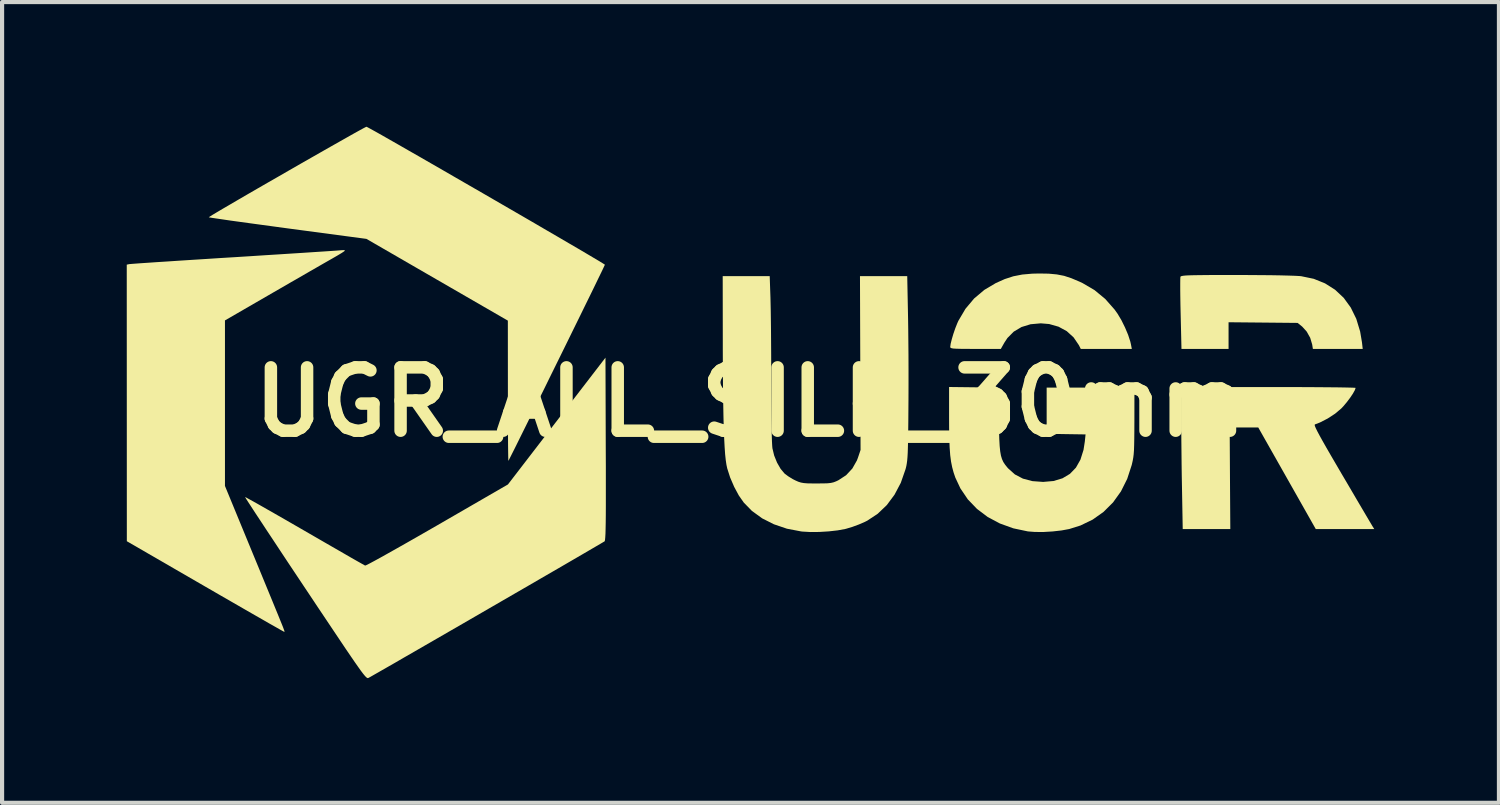
<source format=kicad_pcb>
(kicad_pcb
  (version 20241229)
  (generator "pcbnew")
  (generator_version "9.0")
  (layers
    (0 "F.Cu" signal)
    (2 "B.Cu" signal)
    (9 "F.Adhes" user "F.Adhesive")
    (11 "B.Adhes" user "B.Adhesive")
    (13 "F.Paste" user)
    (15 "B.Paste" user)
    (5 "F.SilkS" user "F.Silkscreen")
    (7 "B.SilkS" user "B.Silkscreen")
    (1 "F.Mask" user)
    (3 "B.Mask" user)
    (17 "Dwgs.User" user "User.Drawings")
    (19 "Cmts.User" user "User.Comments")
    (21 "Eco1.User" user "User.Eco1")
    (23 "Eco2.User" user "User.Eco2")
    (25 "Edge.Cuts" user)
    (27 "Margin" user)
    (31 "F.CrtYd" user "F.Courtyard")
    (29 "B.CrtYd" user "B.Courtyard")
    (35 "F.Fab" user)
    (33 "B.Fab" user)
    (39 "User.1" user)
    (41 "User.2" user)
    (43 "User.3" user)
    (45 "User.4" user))
  (footprint "UGR_ALL_SILK_30mm"
    (layer "F.Cu")
    (at 15.007 6.624)
    (property "Reference" "UGR_ALL_SILK_30mm" (at 0 0 0) (layer "F.SilkS") (effects (font (size 1.524 1.524) (thickness 0.3))))
    (attr board_only exclude_from_pos_files exclude_from_bom)
    (fp_poly (pts (xy 11.984 -3.056) (xy 12.26 -3.054) (xy 12.516 -3.052) (xy 12.745 -3.048) (xy 12.94 -3.043) (xy 13.097 -3.038) (xy 13.208 -3.032) (xy 13.252 -3.028) (xy 13.555 -2.965) (xy 13.827 -2.855) (xy 14.068 -2.702) (xy 14.275 -2.508) (xy 14.445 -2.274) (xy 14.578 -2.003) (xy 14.671 -1.697) (xy 14.715 -1.438) (xy 14.733 -1.278) (xy 13.534 -1.278) (xy 13.517 -1.385) (xy 13.469 -1.546) (xy 13.384 -1.697) (xy 13.275 -1.817) (xy 13.273 -1.818) (xy 13.167 -1.904) (xy 12.336 -1.912) (xy 11.505 -1.92) (xy 11.505 -1.278) (xy 10.372 -1.278) (xy 10.352 -2.125) (xy 10.347 -2.338) (xy 10.344 -2.534) (xy 10.342 -2.706) (xy 10.342 -2.847) (xy 10.343 -2.949) (xy 10.346 -3.006) (xy 10.347 -3.014) (xy 10.356 -3.024) (xy 10.378 -3.032) (xy 10.417 -3.039) (xy 10.477 -3.045) (xy 10.563 -3.049) (xy 10.681 -3.052) (xy 10.833 -3.054) (xy 11.026 -3.056) (xy 11.263 -3.057) (xy 11.549 -3.057) (xy 11.692 -3.057)) (stroke (width 0) (type solid)) (fill yes) (layer "F.SilkS"))
    (fp_poly (pts (xy 7.178 -3.089) (xy 7.372 -3.071) (xy 7.547 -3.037) (xy 7.721 -2.98) (xy 7.913 -2.899) (xy 7.992 -2.862) (xy 8.279 -2.694) (xy 8.538 -2.48) (xy 8.762 -2.226) (xy 8.834 -2.125) (xy 8.926 -1.971) (xy 9.013 -1.795) (xy 9.088 -1.617) (xy 9.141 -1.454) (xy 9.157 -1.383) (xy 9.177 -1.278) (xy 7.949 -1.278) (xy 7.903 -1.369) (xy 7.776 -1.556) (xy 7.611 -1.706) (xy 7.414 -1.813) (xy 7.189 -1.877) (xy 6.987 -1.894) (xy 6.741 -1.872) (xy 6.523 -1.805) (xy 6.336 -1.694) (xy 6.184 -1.541) (xy 6.111 -1.43) (xy 6.025 -1.278) (xy 5.416 -1.278) (xy 5.217 -1.279) (xy 5.067 -1.28) (xy 4.958 -1.283) (xy 4.885 -1.287) (xy 4.84 -1.295) (xy 4.817 -1.305) (xy 4.808 -1.319) (xy 4.808 -1.328) (xy 4.818 -1.402) (xy 4.845 -1.511) (xy 4.883 -1.64) (xy 4.929 -1.774) (xy 4.977 -1.895) (xy 5.004 -1.955) (xy 5.174 -2.243) (xy 5.382 -2.491) (xy 5.629 -2.699) (xy 5.905 -2.863) (xy 6.12 -2.959) (xy 6.326 -3.026) (xy 6.541 -3.068) (xy 6.781 -3.089) (xy 6.947 -3.093)) (stroke (width 0) (type solid)) (fill yes) (layer "F.SilkS"))
    (fp_poly (pts (xy 12.8 -0.361) (xy 13.119 -0.36) (xy 13.418 -0.359) (xy 13.691 -0.357) (xy 13.935 -0.355) (xy 14.145 -0.353) (xy 14.317 -0.35) (xy 14.446 -0.347) (xy 14.529 -0.344) (xy 14.561 -0.341) (xy 14.562 -0.34) (xy 14.544 -0.287) (xy 14.498 -0.204) (xy 14.431 -0.104) (xy 14.352 0.001) (xy 14.269 0.1) (xy 14.217 0.155) (xy 14.07 0.279) (xy 13.891 0.396) (xy 13.704 0.492) (xy 13.584 0.538) (xy 13.577 0.549) (xy 13.582 0.577) (xy 13.602 0.625) (xy 13.637 0.697) (xy 13.69 0.797) (xy 13.762 0.927) (xy 13.856 1.093) (xy 13.974 1.297) (xy 14.117 1.542) (xy 14.218 1.715) (xy 14.356 1.949) (xy 14.487 2.172) (xy 14.607 2.377) (xy 14.715 2.56) (xy 14.807 2.716) (xy 14.879 2.838) (xy 14.93 2.924) (xy 14.955 2.966) (xy 14.955 2.967) (xy 15.011 3.057) (xy 14.307 3.057) (xy 13.603 3.056) (xy 12.219 0.611) (xy 11.532 0.611) (xy 11.539 1.834) (xy 11.547 3.057) (xy 10.975 3.057) (xy 10.402 3.057) (xy 10.384 2.052) (xy 10.379 1.78) (xy 10.375 1.491) (xy 10.372 1.196) (xy 10.369 0.912) (xy 10.367 0.65) (xy 10.366 0.424) (xy 10.366 0.343) (xy 10.366 -0.361) (xy 12.464 -0.361)) (stroke (width 0) (type solid)) (fill yes) (layer "F.SilkS"))
    (fp_poly (pts (xy 5.37 -0.355) (xy 5.961 -0.347) (xy 5.976 0.431) (xy 5.982 0.685) (xy 5.988 0.891) (xy 5.997 1.056) (xy 6.01 1.186) (xy 6.028 1.289) (xy 6.053 1.372) (xy 6.085 1.442) (xy 6.127 1.506) (xy 6.179 1.571) (xy 6.203 1.598) (xy 6.364 1.742) (xy 6.557 1.843) (xy 6.784 1.903) (xy 7.043 1.922) (xy 7.294 1.9) (xy 7.509 1.835) (xy 7.688 1.728) (xy 7.832 1.579) (xy 7.941 1.386) (xy 8.015 1.151) (xy 8.046 0.952) (xy 8.064 0.779) (xy 7.596 0.772) (xy 7.128 0.764) (xy 7.128 -0.347) (xy 9.24 -0.347) (xy 9.239 0.459) (xy 9.238 0.697) (xy 9.236 0.887) (xy 9.233 1.038) (xy 9.229 1.158) (xy 9.222 1.255) (xy 9.212 1.336) (xy 9.199 1.41) (xy 9.182 1.485) (xy 9.175 1.515) (xy 9.066 1.849) (xy 8.915 2.151) (xy 8.725 2.416) (xy 8.497 2.643) (xy 8.235 2.829) (xy 7.941 2.971) (xy 7.67 3.056) (xy 7.484 3.09) (xy 7.27 3.114) (xy 7.05 3.127) (xy 6.843 3.126) (xy 6.677 3.113) (xy 6.326 3.039) (xy 6.002 2.922) (xy 5.709 2.766) (xy 5.451 2.571) (xy 5.231 2.342) (xy 5.053 2.079) (xy 4.93 1.817) (xy 4.888 1.693) (xy 4.854 1.567) (xy 4.827 1.431) (xy 4.807 1.277) (xy 4.794 1.097) (xy 4.785 0.884) (xy 4.781 0.629) (xy 4.78 0.399) (xy 4.78 -0.362)) (stroke (width 0) (type solid)) (fill yes) (layer "F.SilkS"))
    (fp_poly (pts (xy -9.755 -3.647) (xy -9.755 -3.646) (xy -9.778 -3.625) (xy -9.84 -3.584) (xy -9.933 -3.528) (xy -10.046 -3.463) (xy -10.054 -3.458) (xy -10.14 -3.409) (xy -10.268 -3.336) (xy -10.431 -3.242) (xy -10.623 -3.132) (xy -10.837 -3.008) (xy -11.067 -2.876) (xy -11.307 -2.737) (xy -11.498 -2.627) (xy -12.644 -1.964) (xy -12.644 2.019) (xy -11.975 3.643) (xy -11.828 3.999) (xy -11.701 4.308) (xy -11.592 4.573) (xy -11.5 4.796) (xy -11.424 4.982) (xy -11.362 5.133) (xy -11.313 5.254) (xy -11.275 5.347) (xy -11.247 5.417) (xy -11.229 5.467) (xy -11.217 5.499) (xy -11.212 5.518) (xy -11.211 5.527) (xy -11.214 5.529) (xy -11.218 5.529) (xy -11.221 5.528) (xy -11.247 5.514) (xy -11.318 5.475) (xy -11.43 5.411) (xy -11.579 5.327) (xy -11.761 5.222) (xy -11.973 5.101) (xy -12.211 4.964) (xy -12.471 4.814) (xy -12.749 4.654) (xy -13.043 4.484) (xy -13.123 4.438) (xy -15.005 3.349) (xy -15.007 -3.306) (xy -14.944 -3.319) (xy -14.908 -3.322) (xy -14.82 -3.329) (xy -14.684 -3.339) (xy -14.506 -3.351) (xy -14.288 -3.366) (xy -14.035 -3.382) (xy -13.751 -3.401) (xy -13.44 -3.421) (xy -13.107 -3.442) (xy -12.754 -3.465) (xy -12.408 -3.486) (xy -12.041 -3.509) (xy -11.688 -3.532) (xy -11.353 -3.553) (xy -11.041 -3.573) (xy -10.757 -3.591) (xy -10.503 -3.608) (xy -10.284 -3.622) (xy -10.105 -3.634) (xy -9.969 -3.643) (xy -9.881 -3.65) (xy -9.845 -3.653) (xy -9.784 -3.656)) (stroke (width 0) (type solid)) (fill yes) (layer "F.SilkS"))
    (fp_poly (pts (xy -9.209 -6.61) (xy -9.136 -6.57) (xy -9.022 -6.507) (xy -8.871 -6.422) (xy -8.687 -6.317) (xy -8.473 -6.195) (xy -8.233 -6.057) (xy -7.97 -5.907) (xy -7.689 -5.745) (xy -7.392 -5.574) (xy -7.084 -5.396) (xy -6.767 -5.213) (xy -6.446 -5.028) (xy -6.125 -4.842) (xy -5.806 -4.657) (xy -5.493 -4.476) (xy -5.19 -4.3) (xy -4.901 -4.131) (xy -4.629 -3.973) (xy -4.378 -3.826) (xy -4.151 -3.694) (xy -3.953 -3.577) (xy -3.786 -3.478) (xy -3.654 -3.4) (xy -3.561 -3.343) (xy -3.51 -3.311) (xy -3.502 -3.305) (xy -3.514 -3.278) (xy -3.548 -3.205) (xy -3.603 -3.091) (xy -3.677 -2.939) (xy -3.766 -2.755) (xy -3.87 -2.542) (xy -3.987 -2.304) (xy -4.113 -2.046) (xy -4.248 -1.772) (xy -4.388 -1.486) (xy -4.532 -1.193) (xy -4.679 -0.895) (xy -4.825 -0.599) (xy -4.968 -0.307) (xy -5.108 -0.025) (xy -5.241 0.244) (xy -5.365 0.496) (xy -5.479 0.726) (xy -5.58 0.93) (xy -5.666 1.104) (xy -5.736 1.243) (xy -5.787 1.344) (xy -5.816 1.402) (xy -5.824 1.414) (xy -5.826 1.39) (xy -5.828 1.314) (xy -5.83 1.192) (xy -5.832 1.029) (xy -5.833 0.829) (xy -5.834 0.597) (xy -5.835 0.338) (xy -5.836 0.056) (xy -5.836 -0.243) (xy -5.836 -0.266) (xy -5.837 -1.959) (xy -7.538 -2.942) (xy -9.24 -3.926) (xy -11.137 -4.179) (xy -11.454 -4.222) (xy -11.755 -4.263) (xy -12.035 -4.301) (xy -12.29 -4.336) (xy -12.514 -4.367) (xy -12.704 -4.395) (xy -12.855 -4.417) (xy -12.962 -4.433) (xy -13.022 -4.443) (xy -13.033 -4.446) (xy -13.009 -4.463) (xy -12.942 -4.505) (xy -12.835 -4.569) (xy -12.693 -4.653) (xy -12.521 -4.753) (xy -12.323 -4.869) (xy -12.103 -4.997) (xy -11.866 -5.134) (xy -11.616 -5.278) (xy -11.358 -5.426) (xy -11.096 -5.577) (xy -10.835 -5.727) (xy -10.579 -5.873) (xy -10.332 -6.014) (xy -10.1 -6.146) (xy -9.886 -6.267) (xy -9.695 -6.375) (xy -9.532 -6.467) (xy -9.4 -6.54) (xy -9.305 -6.592) (xy -9.25 -6.62) (xy -9.239 -6.624)) (stroke (width 0) (type solid)) (fill yes) (layer "F.SilkS"))
    (fp_poly (pts (xy -3.481 1.126) (xy -3.479 1.543) (xy -3.479 1.908) (xy -3.479 2.224) (xy -3.479 2.493) (xy -3.48 2.719) (xy -3.482 2.905) (xy -3.485 3.054) (xy -3.488 3.169) (xy -3.493 3.253) (xy -3.498 3.31) (xy -3.504 3.341) (xy -3.508 3.351) (xy -3.535 3.367) (xy -3.606 3.409) (xy -3.719 3.475) (xy -3.868 3.562) (xy -4.051 3.669) (xy -4.264 3.793) (xy -4.503 3.932) (xy -4.765 4.084) (xy -5.045 4.246) (xy -5.341 4.418) (xy -5.649 4.596) (xy -5.965 4.779) (xy -6.285 4.964) (xy -6.606 5.15) (xy -6.924 5.334) (xy -7.236 5.514) (xy -7.537 5.688) (xy -7.825 5.854) (xy -8.095 6.01) (xy -8.344 6.153) (xy -8.568 6.283) (xy -8.764 6.395) (xy -8.928 6.489) (xy -9.056 6.562) (xy -9.145 6.613) (xy -9.191 6.638) (xy -9.191 6.638) (xy -9.202 6.642) (xy -9.216 6.641) (xy -9.232 6.632) (xy -9.255 6.612) (xy -9.285 6.579) (xy -9.325 6.53) (xy -9.376 6.462) (xy -9.44 6.372) (xy -9.52 6.258) (xy -9.616 6.118) (xy -9.732 5.948) (xy -9.868 5.745) (xy -10.027 5.508) (xy -10.211 5.233) (xy -10.422 4.918) (xy -10.661 4.559) (xy -10.712 4.483) (xy -10.921 4.169) (xy -11.121 3.869) (xy -11.309 3.585) (xy -11.484 3.32) (xy -11.644 3.079) (xy -11.786 2.863) (xy -11.909 2.677) (xy -12.009 2.523) (xy -12.086 2.405) (xy -12.137 2.325) (xy -12.159 2.288) (xy -12.16 2.286) (xy -12.135 2.297) (xy -12.066 2.335) (xy -11.957 2.395) (xy -11.813 2.476) (xy -11.638 2.576) (xy -11.436 2.691) (xy -11.211 2.82) (xy -10.968 2.96) (xy -10.729 3.098) (xy -10.471 3.247) (xy -10.227 3.388) (xy -10.001 3.518) (xy -9.798 3.635) (xy -9.622 3.737) (xy -9.476 3.82) (xy -9.366 3.882) (xy -9.297 3.921) (xy -9.271 3.935) (xy -9.242 3.924) (xy -9.168 3.887) (xy -9.054 3.826) (xy -8.904 3.744) (xy -8.722 3.642) (xy -8.512 3.524) (xy -8.277 3.391) (xy -8.021 3.245) (xy -7.749 3.089) (xy -7.535 2.966) (xy -5.835 1.983) (xy -3.488 -1.068)) (stroke (width 0) (type solid)) (fill yes) (layer "F.SilkS"))
    (fp_poly (pts (xy 0.482 -2.508) (xy 0.485 -2.375) (xy 0.489 -2.195) (xy 0.492 -1.974) (xy 0.495 -1.722) (xy 0.497 -1.445) (xy 0.499 -1.153) (xy 0.5 -0.852) (xy 0.5 -0.551) (xy 0.5 -0.528) (xy 0.501 -0.212) (xy 0.503 0.082) (xy 0.505 0.35) (xy 0.509 0.586) (xy 0.513 0.785) (xy 0.518 0.944) (xy 0.524 1.056) (xy 0.529 1.112) (xy 0.571 1.286) (xy 0.64 1.457) (xy 0.726 1.607) (xy 0.821 1.72) (xy 0.826 1.725) (xy 0.911 1.788) (xy 1.018 1.854) (xy 1.083 1.887) (xy 1.151 1.917) (xy 1.214 1.937) (xy 1.285 1.95) (xy 1.377 1.957) (xy 1.504 1.959) (xy 1.598 1.959) (xy 1.749 1.958) (xy 1.858 1.955) (xy 1.937 1.946) (xy 2.002 1.931) (xy 2.064 1.907) (xy 2.118 1.881) (xy 2.302 1.761) (xy 2.452 1.6) (xy 2.562 1.406) (xy 2.587 1.34) (xy 2.65 1.153) (xy 2.643 -0.938) (xy 2.636 -3.029) (xy 3.773 -3.029) (xy 3.793 -2.022) (xy 3.797 -1.756) (xy 3.8 -1.449) (xy 3.803 -1.114) (xy 3.804 -0.766) (xy 3.804 -0.419) (xy 3.803 -0.086) (xy 3.801 0.195) (xy 3.799 0.488) (xy 3.796 0.731) (xy 3.793 0.931) (xy 3.789 1.092) (xy 3.785 1.221) (xy 3.779 1.324) (xy 3.772 1.406) (xy 3.763 1.474) (xy 3.753 1.532) (xy 3.74 1.587) (xy 3.729 1.626) (xy 3.618 1.944) (xy 3.467 2.23) (xy 3.281 2.48) (xy 3.063 2.688) (xy 2.814 2.853) (xy 2.751 2.885) (xy 2.61 2.946) (xy 2.45 3.005) (xy 2.303 3.049) (xy 2.279 3.055) (xy 2.099 3.088) (xy 1.886 3.112) (xy 1.66 3.126) (xy 1.442 3.128) (xy 1.253 3.117) (xy 1.219 3.113) (xy 0.879 3.048) (xy 0.564 2.941) (xy 0.281 2.798) (xy 0.035 2.619) (xy -0.16 2.419) (xy -0.279 2.249) (xy -0.391 2.041) (xy -0.488 1.816) (xy -0.558 1.598) (xy -0.577 1.51) (xy -0.594 1.396) (xy -0.609 1.254) (xy -0.621 1.08) (xy -0.632 0.871) (xy -0.642 0.626) (xy -0.649 0.341) (xy -0.655 0.012) (xy -0.66 -0.361) (xy -0.663 -0.784) (xy -0.665 -1.257) (xy -0.665 -1.521) (xy -0.667 -3.029) (xy 0.464 -3.029)) (stroke (width 0) (type solid)) (fill yes) (layer "F.SilkS")))
  (gr_rect
    (start -3 -3)
    (end 33.018 16.267)
    (stroke (width 0.1) (type default))
    (fill no)
    (layer "Edge.Cuts")))
</source>
